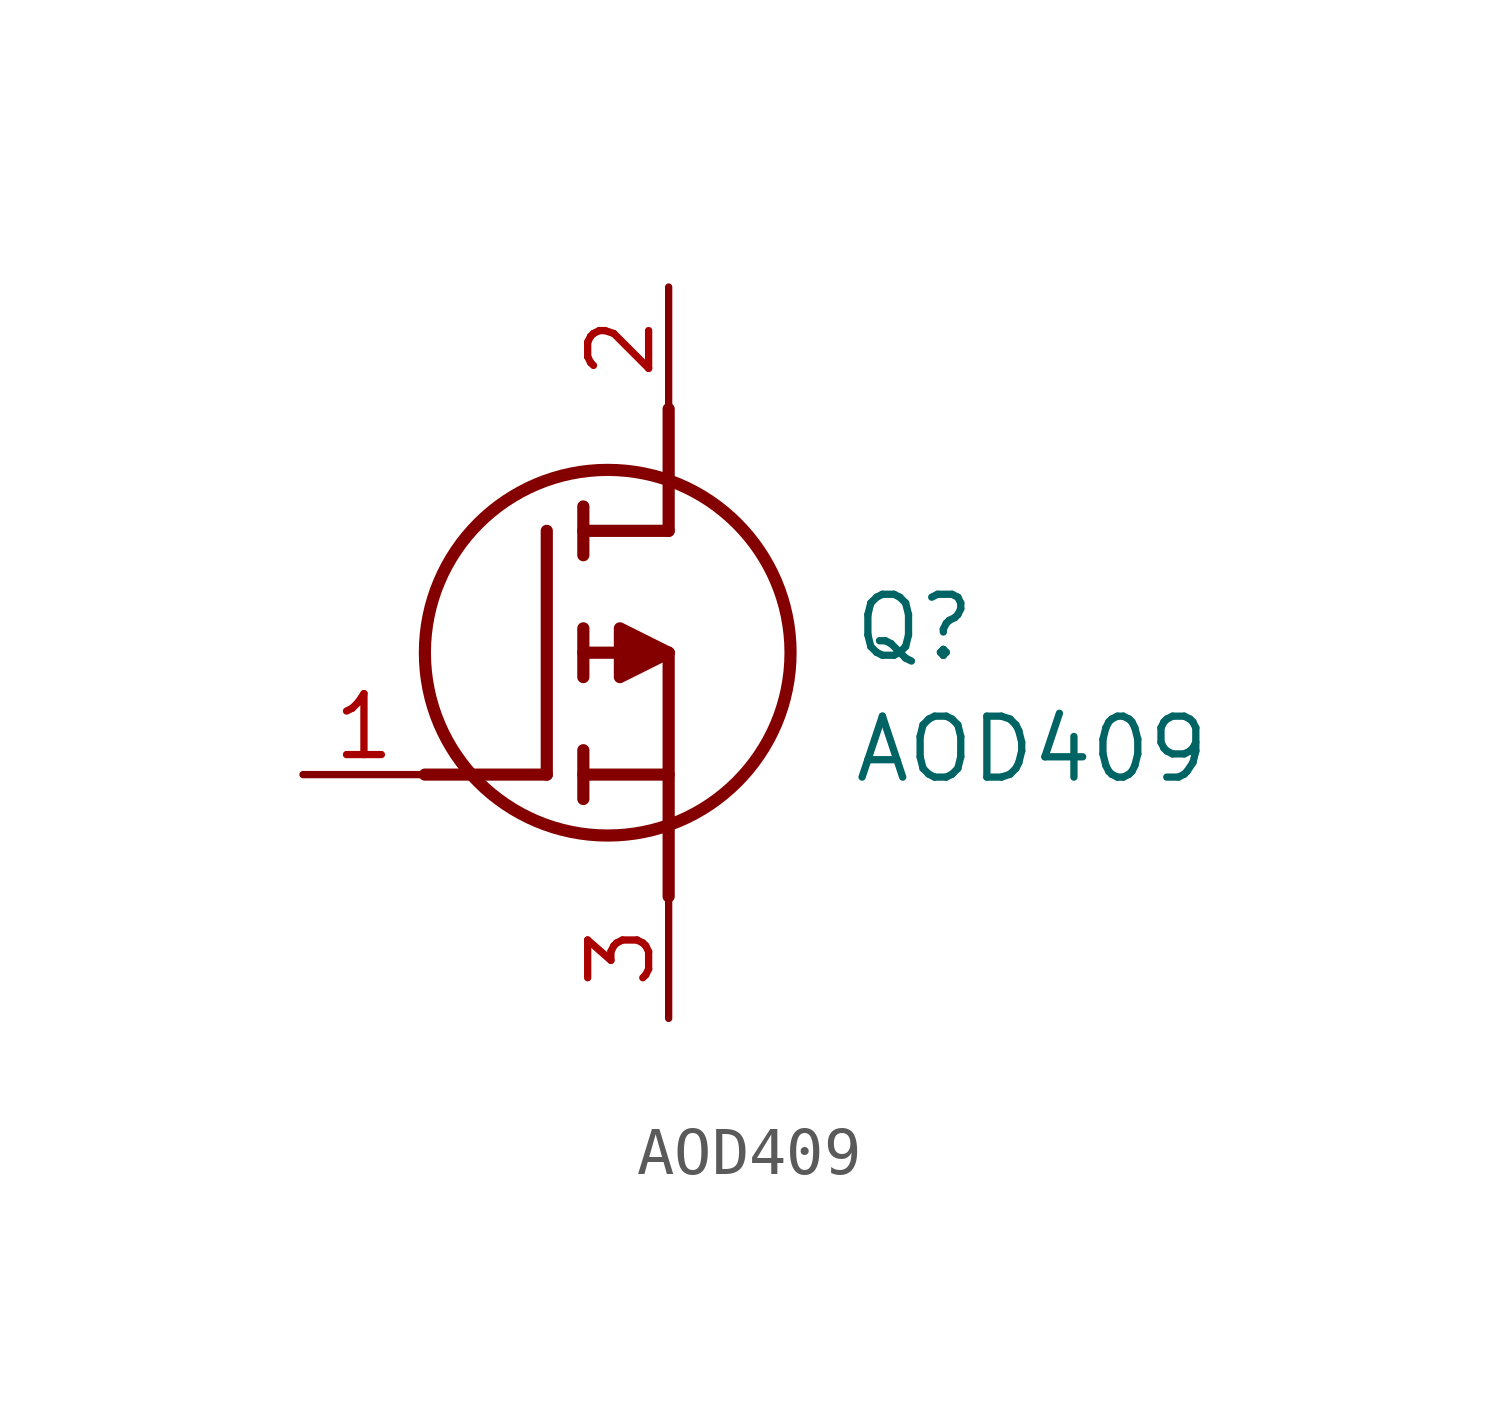
<source format=kicad_sym>
(kicad_symbol_lib
  (version 20211014)
  (generator SamacSys_ECAD_Model)
  (symbol "AOD409"
    (pin_names hide)
    (property "Reference" "Q"
      (at 11.43 3.81 0)
      (effects (font (size 1.27 1.27)) (justify left top)))
    (property "Value" "AOD409"
      (at 11.43 1.27 0)
      (effects (font (size 1.27 1.27)) (justify left top)))
    (polyline
      (pts (xy 7.62 2.54) (xy 7.62 -2.54))
      (stroke (width 0.254) (type default))
      (fill (type none)))
    (polyline
      (pts (xy 7.62 5.08) (xy 7.62 7.62))
      (stroke (width 0.254) (type default))
      (fill (type none)))
    (polyline
      (pts (xy 2.54 0) (xy 5.08 0))
      (stroke (width 0.254) (type default))
      (fill (type none)))
    (polyline
      (pts (xy 5.08 5.08) (xy 5.08 0))
      (stroke (width 0.254) (type default))
      (fill (type none)))
    (polyline
      (pts (xy 7.62 2.54) (xy 5.842 2.54))
      (stroke (width 0.254) (type default))
      (fill (type none)))
    (polyline
      (pts (xy 7.62 5.08) (xy 5.842 5.08))
      (stroke (width 0.254) (type default))
      (fill (type none)))
    (polyline
      (pts (xy 5.842 0) (xy 7.62 0))
      (stroke (width 0.254) (type default))
      (fill (type none)))
    (polyline
      (pts (xy 5.842 5.588) (xy 5.842 4.572))
      (stroke (width 0.254) (type default))
      (fill (type none)))
    (polyline
      (pts (xy 5.842 -0.508) (xy 5.842 0.508))
      (stroke (width 0.254) (type default))
      (fill (type none)))
    (polyline
      (pts (xy 5.842 2.032) (xy 5.842 3.048))
      (stroke (width 0.254) (type default))
      (fill (type none)))
    (circle
      (center 6.35 2.54)
      (radius 3.81)
      (stroke (width 0.254) (type default))
      (fill (type none)))
    (polyline
      (pts (xy 7.62 2.54) (xy 6.604 3.048) (xy 6.604 2.032) (xy 7.62 2.54))
      (stroke (width 0.254) (type default))
      (fill (type outline)))
    (pin passive line
      (at 0 0 0)
      (length 2.54)
      (name "G" (effects (font (size 1.27 1.27))))
      (number "1" (effects (font (size 1.27 1.27)))))
    (pin passive line
      (at 7.62 10.16 270)
      (length 2.54)
      (name "D" (effects (font (size 1.27 1.27))))
      (number "2" (effects (font (size 1.27 1.27)))))
    (pin passive line
      (at 7.62 -5.08 90)
      (length 2.54)
      (name "S" (effects (font (size 1.27 1.27))))
      (number "3" (effects (font (size 1.27 1.27)))))))
</source>
